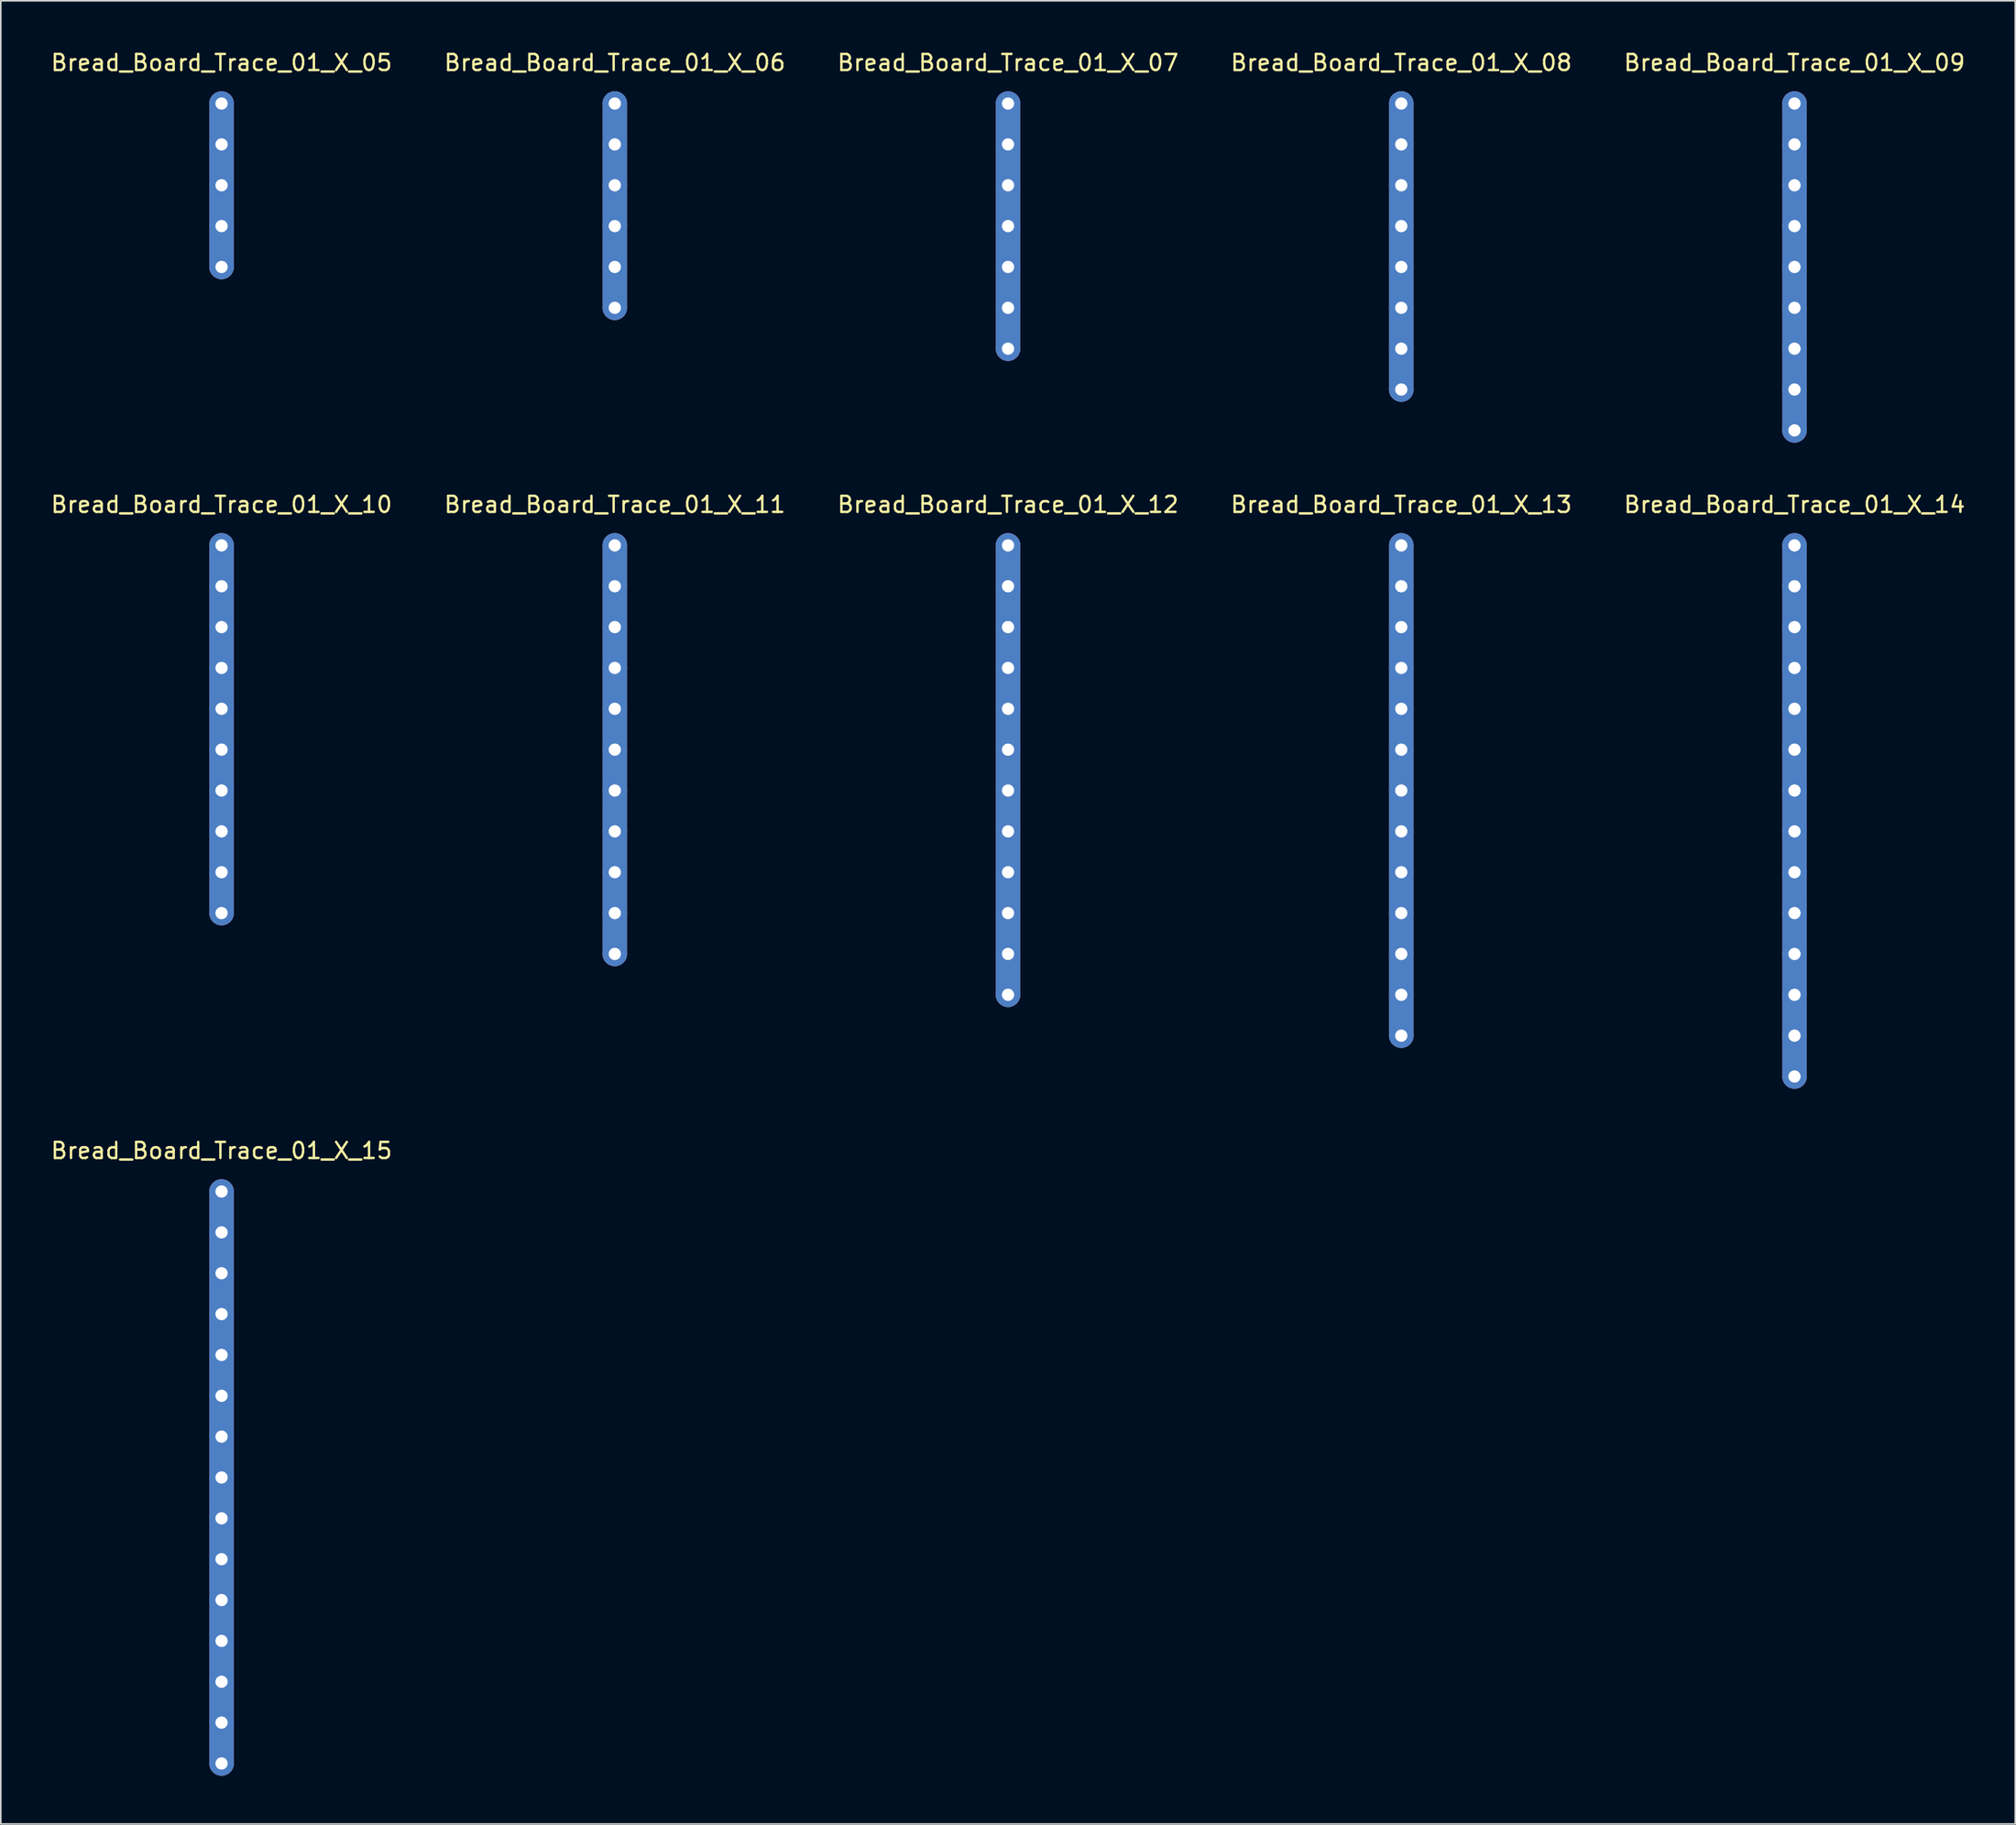
<source format=kicad_pcb>
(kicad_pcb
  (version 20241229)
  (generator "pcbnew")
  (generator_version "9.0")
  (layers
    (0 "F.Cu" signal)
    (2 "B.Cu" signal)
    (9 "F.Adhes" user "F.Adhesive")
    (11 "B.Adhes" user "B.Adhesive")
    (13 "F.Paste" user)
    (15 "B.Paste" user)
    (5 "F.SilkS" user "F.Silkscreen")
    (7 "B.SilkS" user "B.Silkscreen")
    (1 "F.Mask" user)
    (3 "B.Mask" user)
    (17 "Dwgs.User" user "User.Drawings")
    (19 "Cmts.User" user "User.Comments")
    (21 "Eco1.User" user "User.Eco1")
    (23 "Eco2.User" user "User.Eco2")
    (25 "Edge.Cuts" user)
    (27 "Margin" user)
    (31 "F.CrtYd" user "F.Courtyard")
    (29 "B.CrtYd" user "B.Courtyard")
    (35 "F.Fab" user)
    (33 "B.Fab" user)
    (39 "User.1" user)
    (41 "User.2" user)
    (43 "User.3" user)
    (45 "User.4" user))
  (footprint "Bread_Board_Trace_01_X_11"
    (layer "F.Cu")
    (at 35.161 56.258)
    (property "Reference" "Bread_Board_Trace_01_X_11" (at 0 -27.94 0) (layer "F.SilkS") (effects (font (size 1 1) (thickness 0.15))))
    (attr through_hole)
    (fp_line (start 0 -25.4) (end 0 0) (stroke (width 1.524) (type solid)) (layer "F.Cu"))
    (fp_line (start 0 -25.4) (end 0 0) (stroke (width 1.524) (type solid)) (layer "B.Cu"))
    (pad "1" thru_hole circle (at 0 -25.4) (size 1.524 1.524) (drill 0.762) (layers "*.Cu" "*.Mask"))
    (pad "2" thru_hole circle (at 0 -22.86) (size 1.524 1.524) (drill 0.762) (layers "*.Cu" "*.Mask"))
    (pad "3" thru_hole circle (at 0 -20.32) (size 1.524 1.524) (drill 0.762) (layers "*.Cu" "*.Mask"))
    (pad "4" thru_hole circle (at 0 -17.78) (size 1.524 1.524) (drill 0.762) (layers "*.Cu" "*.Mask"))
    (pad "5" thru_hole circle (at 0 -15.24) (size 1.524 1.524) (drill 0.762) (layers "*.Cu" "*.Mask"))
    (pad "6" thru_hole circle (at 0 -12.7) (size 1.524 1.524) (drill 0.762) (layers "*.Cu" "*.Mask"))
    (pad "7" thru_hole circle (at 0 -10.16) (size 1.524 1.524) (drill 0.762) (layers "*.Cu" "*.Mask"))
    (pad "8" thru_hole circle (at 0 -7.62) (size 1.524 1.524) (drill 0.762) (layers "*.Cu" "*.Mask"))
    (pad "9" thru_hole circle (at 0 -5.08) (size 1.524 1.524) (drill 0.762) (layers "*.Cu" "*.Mask"))
    (pad "10" thru_hole circle (at 0 -2.54) (size 1.524 1.524) (drill 0.762) (layers "*.Cu" "*.Mask"))
    (pad "11" thru_hole circle (at 0 0) (size 1.524 1.524) (drill 0.762) (layers "*.Cu" "*.Mask")))
  (footprint "Bread_Board_Trace_01_X_07"
    (layer "F.Cu")
    (at 59.601 18.628)
    (property "Reference" "Bread_Board_Trace_01_X_07" (at 0 -17.78 0) (layer "F.SilkS") (effects (font (size 1 1) (thickness 0.15))))
    (attr through_hole)
    (fp_line (start 0 -15.24) (end 0 0) (stroke (width 1.524) (type solid)) (layer "F.Cu"))
    (fp_line (start 0 -15.24) (end 0 0) (stroke (width 1.524) (type solid)) (layer "B.Cu"))
    (pad "1" thru_hole circle (at 0 -15.24) (size 1.524 1.524) (drill 0.762) (layers "*.Cu" "*.Mask"))
    (pad "2" thru_hole circle (at 0 -12.7) (size 1.524 1.524) (drill 0.762) (layers "*.Cu" "*.Mask"))
    (pad "3" thru_hole circle (at 0 -10.16) (size 1.524 1.524) (drill 0.762) (layers "*.Cu" "*.Mask"))
    (pad "4" thru_hole circle (at 0 -7.62) (size 1.524 1.524) (drill 0.762) (layers "*.Cu" "*.Mask"))
    (pad "5" thru_hole circle (at 0 -5.08) (size 1.524 1.524) (drill 0.762) (layers "*.Cu" "*.Mask"))
    (pad "6" thru_hole circle (at 0 -2.54) (size 1.524 1.524) (drill 0.762) (layers "*.Cu" "*.Mask"))
    (pad "7" thru_hole circle (at 0 0) (size 1.524 1.524) (drill 0.762) (layers "*.Cu" "*.Mask")))
  (footprint "Bread_Board_Trace_01_X_15"
    (layer "F.Cu")
    (at 10.72 106.589)
    (property "Reference" "Bread_Board_Trace_01_X_15" (at 0 -38.1 0) (layer "F.SilkS") (effects (font (size 1 1) (thickness 0.15))))
    (attr through_hole)
    (fp_line (start 0 -35.56) (end 0 0) (stroke (width 1.524) (type solid)) (layer "F.Cu"))
    (fp_line (start 0 -35.56) (end 0 0) (stroke (width 1.524) (type solid)) (layer "B.Cu"))
    (pad "1" thru_hole circle (at 0 -35.56) (size 1.524 1.524) (drill 0.762) (layers "*.Cu" "*.Mask"))
    (pad "2" thru_hole circle (at 0 -33.02) (size 1.524 1.524) (drill 0.762) (layers "*.Cu" "*.Mask"))
    (pad "3" thru_hole circle (at 0 -30.48) (size 1.524 1.524) (drill 0.762) (layers "*.Cu" "*.Mask"))
    (pad "4" thru_hole circle (at 0 -27.94) (size 1.524 1.524) (drill 0.762) (layers "*.Cu" "*.Mask"))
    (pad "5" thru_hole circle (at 0 -25.4) (size 1.524 1.524) (drill 0.762) (layers "*.Cu" "*.Mask"))
    (pad "6" thru_hole circle (at 0 -22.86) (size 1.524 1.524) (drill 0.762) (layers "*.Cu" "*.Mask"))
    (pad "7" thru_hole circle (at 0 -20.32) (size 1.524 1.524) (drill 0.762) (layers "*.Cu" "*.Mask"))
    (pad "8" thru_hole circle (at 0 -17.78) (size 1.524 1.524) (drill 0.762) (layers "*.Cu" "*.Mask"))
    (pad "9" thru_hole circle (at 0 -15.24) (size 1.524 1.524) (drill 0.762) (layers "*.Cu" "*.Mask"))
    (pad "10" thru_hole circle (at 0 -12.7) (size 1.524 1.524) (drill 0.762) (layers "*.Cu" "*.Mask"))
    (pad "11" thru_hole circle (at 0 -10.16) (size 1.524 1.524) (drill 0.762) (layers "*.Cu" "*.Mask"))
    (pad "12" thru_hole circle (at 0 -7.62) (size 1.524 1.524) (drill 0.762) (layers "*.Cu" "*.Mask"))
    (pad "13" thru_hole circle (at 0 -5.08) (size 1.524 1.524) (drill 0.762) (layers "*.Cu" "*.Mask"))
    (pad "14" thru_hole circle (at 0 -2.54) (size 1.524 1.524) (drill 0.762) (layers "*.Cu" "*.Mask"))
    (pad "15" thru_hole circle (at 0 0) (size 1.524 1.524) (drill 0.762) (layers "*.Cu" "*.Mask")))
  (footprint "Bread_Board_Trace_01_X_13"
    (layer "F.Cu")
    (at 84.042 61.339)
    (property "Reference" "Bread_Board_Trace_01_X_13" (at 0 -33.02 0) (layer "F.SilkS") (effects (font (size 1 1) (thickness 0.15))))
    (attr through_hole)
    (fp_line (start 0 -30.48) (end 0 0) (stroke (width 1.524) (type solid)) (layer "F.Cu"))
    (fp_line (start 0 -30.48) (end 0 0) (stroke (width 1.524) (type solid)) (layer "B.Cu"))
    (pad "1" thru_hole circle (at 0 -30.48) (size 1.524 1.524) (drill 0.762) (layers "*.Cu" "*.Mask"))
    (pad "2" thru_hole circle (at 0 -27.94) (size 1.524 1.524) (drill 0.762) (layers "*.Cu" "*.Mask"))
    (pad "3" thru_hole circle (at 0 -25.4) (size 1.524 1.524) (drill 0.762) (layers "*.Cu" "*.Mask"))
    (pad "4" thru_hole circle (at 0 -22.86) (size 1.524 1.524) (drill 0.762) (layers "*.Cu" "*.Mask"))
    (pad "5" thru_hole circle (at 0 -20.32) (size 1.524 1.524) (drill 0.762) (layers "*.Cu" "*.Mask"))
    (pad "6" thru_hole circle (at 0 -17.78) (size 1.524 1.524) (drill 0.762) (layers "*.Cu" "*.Mask"))
    (pad "7" thru_hole circle (at 0 -15.24) (size 1.524 1.524) (drill 0.762) (layers "*.Cu" "*.Mask"))
    (pad "8" thru_hole circle (at 0 -12.7) (size 1.524 1.524) (drill 0.762) (layers "*.Cu" "*.Mask"))
    (pad "9" thru_hole circle (at 0 -10.16) (size 1.524 1.524) (drill 0.762) (layers "*.Cu" "*.Mask"))
    (pad "10" thru_hole circle (at 0 -7.62) (size 1.524 1.524) (drill 0.762) (layers "*.Cu" "*.Mask"))
    (pad "11" thru_hole circle (at 0 -5.08) (size 1.524 1.524) (drill 0.762) (layers "*.Cu" "*.Mask"))
    (pad "12" thru_hole circle (at 0 -2.54) (size 1.524 1.524) (drill 0.762) (layers "*.Cu" "*.Mask"))
    (pad "13" thru_hole circle (at 0 0) (size 1.524 1.524) (drill 0.762) (layers "*.Cu" "*.Mask")))
  (footprint "Bread_Board_Trace_01_X_06"
    (layer "F.Cu")
    (at 35.161 16.088)
    (property "Reference" "Bread_Board_Trace_01_X_06" (at 0 -15.24 0) (layer "F.SilkS") (effects (font (size 1 1) (thickness 0.15))))
    (attr through_hole)
    (fp_line (start 0 -12.7) (end 0 0) (stroke (width 1.524) (type solid)) (layer "F.Cu"))
    (fp_line (start 0 -12.7) (end 0 0) (stroke (width 1.524) (type solid)) (layer "B.Cu"))
    (pad "1" thru_hole circle (at 0 -12.7) (size 1.524 1.524) (drill 0.762) (layers "*.Cu" "*.Mask"))
    (pad "2" thru_hole circle (at 0 -10.16) (size 1.524 1.524) (drill 0.762) (layers "*.Cu" "*.Mask"))
    (pad "3" thru_hole circle (at 0 -7.62) (size 1.524 1.524) (drill 0.762) (layers "*.Cu" "*.Mask"))
    (pad "4" thru_hole circle (at 0 -5.08) (size 1.524 1.524) (drill 0.762) (layers "*.Cu" "*.Mask"))
    (pad "5" thru_hole circle (at 0 -2.54) (size 1.524 1.524) (drill 0.762) (layers "*.Cu" "*.Mask"))
    (pad "6" thru_hole circle (at 0 0) (size 1.524 1.524) (drill 0.762) (layers "*.Cu" "*.Mask")))
  (footprint "Bread_Board_Trace_01_X_05"
    (layer "F.Cu")
    (at 10.72 13.548)
    (property "Reference" "Bread_Board_Trace_01_X_05" (at 0 -12.7 0) (layer "F.SilkS") (effects (font (size 1 1) (thickness 0.15))))
    (attr through_hole)
    (fp_line (start 0 -10.16) (end 0 0) (stroke (width 1.524) (type solid)) (layer "F.Cu"))
    (fp_line (start 0 -10.16) (end 0 0) (stroke (width 1.524) (type solid)) (layer "B.Cu"))
    (pad "1" thru_hole circle (at 0 -10.16) (size 1.524 1.524) (drill 0.762) (layers "*.Cu" "*.Mask"))
    (pad "2" thru_hole circle (at 0 -7.62) (size 1.524 1.524) (drill 0.762) (layers "*.Cu" "*.Mask"))
    (pad "3" thru_hole circle (at 0 -5.08) (size 1.524 1.524) (drill 0.762) (layers "*.Cu" "*.Mask"))
    (pad "4" thru_hole circle (at 0 -2.54) (size 1.524 1.524) (drill 0.762) (layers "*.Cu" "*.Mask"))
    (pad "5" thru_hole circle (at 0 0) (size 1.524 1.524) (drill 0.762) (layers "*.Cu" "*.Mask")))
  (footprint "Bread_Board_Trace_01_X_14"
    (layer "F.Cu")
    (at 108.482 63.879)
    (property "Reference" "Bread_Board_Trace_01_X_14" (at 0 -35.56 0) (layer "F.SilkS") (effects (font (size 1 1) (thickness 0.15))))
    (attr through_hole)
    (fp_line (start 0 -33.02) (end 0 0) (stroke (width 1.524) (type solid)) (layer "F.Cu"))
    (fp_line (start 0 -33.02) (end 0 0) (stroke (width 1.524) (type solid)) (layer "B.Cu"))
    (pad "1" thru_hole circle (at 0 -33.02) (size 1.524 1.524) (drill 0.762) (layers "*.Cu" "*.Mask"))
    (pad "2" thru_hole circle (at 0 -30.48) (size 1.524 1.524) (drill 0.762) (layers "*.Cu" "*.Mask"))
    (pad "3" thru_hole circle (at 0 -27.94) (size 1.524 1.524) (drill 0.762) (layers "*.Cu" "*.Mask"))
    (pad "4" thru_hole circle (at 0 -25.4) (size 1.524 1.524) (drill 0.762) (layers "*.Cu" "*.Mask"))
    (pad "5" thru_hole circle (at 0 -22.86) (size 1.524 1.524) (drill 0.762) (layers "*.Cu" "*.Mask"))
    (pad "6" thru_hole circle (at 0 -20.32) (size 1.524 1.524) (drill 0.762) (layers "*.Cu" "*.Mask"))
    (pad "7" thru_hole circle (at 0 -17.78) (size 1.524 1.524) (drill 0.762) (layers "*.Cu" "*.Mask"))
    (pad "8" thru_hole circle (at 0 -15.24) (size 1.524 1.524) (drill 0.762) (layers "*.Cu" "*.Mask"))
    (pad "9" thru_hole circle (at 0 -12.7) (size 1.524 1.524) (drill 0.762) (layers "*.Cu" "*.Mask"))
    (pad "10" thru_hole circle (at 0 -10.16) (size 1.524 1.524) (drill 0.762) (layers "*.Cu" "*.Mask"))
    (pad "11" thru_hole circle (at 0 -7.62) (size 1.524 1.524) (drill 0.762) (layers "*.Cu" "*.Mask"))
    (pad "12" thru_hole circle (at 0 -5.08) (size 1.524 1.524) (drill 0.762) (layers "*.Cu" "*.Mask"))
    (pad "13" thru_hole circle (at 0 -2.54) (size 1.524 1.524) (drill 0.762) (layers "*.Cu" "*.Mask"))
    (pad "14" thru_hole circle (at 0 0) (size 1.524 1.524) (drill 0.762) (layers "*.Cu" "*.Mask")))
  (footprint "Bread_Board_Trace_01_X_08"
    (layer "F.Cu")
    (at 84.042 21.168)
    (property "Reference" "Bread_Board_Trace_01_X_08" (at 0 -20.32 0) (layer "F.SilkS") (effects (font (size 1 1) (thickness 0.15))))
    (attr through_hole)
    (fp_line (start 0 -17.78) (end 0 0) (stroke (width 1.524) (type solid)) (layer "F.Cu"))
    (fp_line (start 0 -17.78) (end 0 0) (stroke (width 1.524) (type solid)) (layer "B.Cu"))
    (pad "1" thru_hole circle (at 0 -17.78) (size 1.524 1.524) (drill 0.762) (layers "*.Cu" "*.Mask"))
    (pad "2" thru_hole circle (at 0 -15.24) (size 1.524 1.524) (drill 0.762) (layers "*.Cu" "*.Mask"))
    (pad "3" thru_hole circle (at 0 -12.7) (size 1.524 1.524) (drill 0.762) (layers "*.Cu" "*.Mask"))
    (pad "4" thru_hole circle (at 0 -10.16) (size 1.524 1.524) (drill 0.762) (layers "*.Cu" "*.Mask"))
    (pad "5" thru_hole circle (at 0 -7.62) (size 1.524 1.524) (drill 0.762) (layers "*.Cu" "*.Mask"))
    (pad "6" thru_hole circle (at 0 -5.08) (size 1.524 1.524) (drill 0.762) (layers "*.Cu" "*.Mask"))
    (pad "7" thru_hole circle (at 0 -2.54) (size 1.524 1.524) (drill 0.762) (layers "*.Cu" "*.Mask"))
    (pad "8" thru_hole circle (at 0 0) (size 1.524 1.524) (drill 0.762) (layers "*.Cu" "*.Mask")))
  (footprint "Bread_Board_Trace_01_X_10"
    (layer "F.Cu")
    (at 10.72 53.718)
    (property "Reference" "Bread_Board_Trace_01_X_10" (at 0 -25.4 0) (layer "F.SilkS") (effects (font (size 1 1) (thickness 0.15))))
    (attr through_hole)
    (fp_line (start 0 -22.86) (end 0 0) (stroke (width 1.524) (type solid)) (layer "F.Cu"))
    (fp_line (start 0 -22.86) (end 0 0) (stroke (width 1.524) (type solid)) (layer "B.Cu"))
    (pad "1" thru_hole circle (at 0 -22.86) (size 1.524 1.524) (drill 0.762) (layers "*.Cu" "*.Mask"))
    (pad "2" thru_hole circle (at 0 -20.32) (size 1.524 1.524) (drill 0.762) (layers "*.Cu" "*.Mask"))
    (pad "3" thru_hole circle (at 0 -17.78) (size 1.524 1.524) (drill 0.762) (layers "*.Cu" "*.Mask"))
    (pad "4" thru_hole circle (at 0 -15.24) (size 1.524 1.524) (drill 0.762) (layers "*.Cu" "*.Mask"))
    (pad "5" thru_hole circle (at 0 -12.7) (size 1.524 1.524) (drill 0.762) (layers "*.Cu" "*.Mask"))
    (pad "6" thru_hole circle (at 0 -10.16) (size 1.524 1.524) (drill 0.762) (layers "*.Cu" "*.Mask"))
    (pad "7" thru_hole circle (at 0 -7.62) (size 1.524 1.524) (drill 0.762) (layers "*.Cu" "*.Mask"))
    (pad "8" thru_hole circle (at 0 -5.08) (size 1.524 1.524) (drill 0.762) (layers "*.Cu" "*.Mask"))
    (pad "9" thru_hole circle (at 0 -2.54) (size 1.524 1.524) (drill 0.762) (layers "*.Cu" "*.Mask"))
    (pad "10" thru_hole circle (at 0 0) (size 1.524 1.524) (drill 0.762) (layers "*.Cu" "*.Mask")))
  (footprint "Bread_Board_Trace_01_X_09"
    (layer "F.Cu")
    (at 108.482 23.708)
    (property "Reference" "Bread_Board_Trace_01_X_09" (at 0 -22.86 0) (layer "F.SilkS") (effects (font (size 1 1) (thickness 0.15))))
    (attr through_hole)
    (fp_line (start 0 -20.32) (end 0 0) (stroke (width 1.524) (type solid)) (layer "F.Cu"))
    (fp_line (start 0 -20.32) (end 0 0) (stroke (width 1.524) (type solid)) (layer "B.Cu"))
    (pad "1" thru_hole circle (at 0 -20.32) (size 1.524 1.524) (drill 0.762) (layers "*.Cu" "*.Mask"))
    (pad "2" thru_hole circle (at 0 -17.78) (size 1.524 1.524) (drill 0.762) (layers "*.Cu" "*.Mask"))
    (pad "3" thru_hole circle (at 0 -15.24) (size 1.524 1.524) (drill 0.762) (layers "*.Cu" "*.Mask"))
    (pad "4" thru_hole circle (at 0 -12.7) (size 1.524 1.524) (drill 0.762) (layers "*.Cu" "*.Mask"))
    (pad "5" thru_hole circle (at 0 -10.16) (size 1.524 1.524) (drill 0.762) (layers "*.Cu" "*.Mask"))
    (pad "6" thru_hole circle (at 0 -7.62) (size 1.524 1.524) (drill 0.762) (layers "*.Cu" "*.Mask"))
    (pad "7" thru_hole circle (at 0 -5.08) (size 1.524 1.524) (drill 0.762) (layers "*.Cu" "*.Mask"))
    (pad "8" thru_hole circle (at 0 -2.54) (size 1.524 1.524) (drill 0.762) (layers "*.Cu" "*.Mask"))
    (pad "9" thru_hole circle (at 0 0) (size 1.524 1.524) (drill 0.762) (layers "*.Cu" "*.Mask")))
  (footprint "Bread_Board_Trace_01_X_12"
    (layer "F.Cu")
    (at 59.601 58.798)
    (property "Reference" "Bread_Board_Trace_01_X_12" (at 0 -30.48 0) (layer "F.SilkS") (effects (font (size 1 1) (thickness 0.15))))
    (attr through_hole)
    (fp_line (start 0 -27.94) (end 0 0) (stroke (width 1.524) (type solid)) (layer "F.Cu"))
    (fp_line (start 0 -27.94) (end 0 0) (stroke (width 1.524) (type solid)) (layer "B.Cu"))
    (pad "1" thru_hole circle (at 0 -27.94) (size 1.524 1.524) (drill 0.762) (layers "*.Cu" "*.Mask"))
    (pad "2" thru_hole circle (at 0 -25.4) (size 1.524 1.524) (drill 0.762) (layers "*.Cu" "*.Mask"))
    (pad "3" thru_hole circle (at 0 -22.86) (size 1.524 1.524) (drill 0.762) (layers "*.Cu" "*.Mask"))
    (pad "4" thru_hole circle (at 0 -20.32) (size 1.524 1.524) (drill 0.762) (layers "*.Cu" "*.Mask"))
    (pad "5" thru_hole circle (at 0 -17.78) (size 1.524 1.524) (drill 0.762) (layers "*.Cu" "*.Mask"))
    (pad "6" thru_hole circle (at 0 -15.24) (size 1.524 1.524) (drill 0.762) (layers "*.Cu" "*.Mask"))
    (pad "7" thru_hole circle (at 0 -12.7) (size 1.524 1.524) (drill 0.762) (layers "*.Cu" "*.Mask"))
    (pad "8" thru_hole circle (at 0 -10.16) (size 1.524 1.524) (drill 0.762) (layers "*.Cu" "*.Mask"))
    (pad "9" thru_hole circle (at 0 -7.62) (size 1.524 1.524) (drill 0.762) (layers "*.Cu" "*.Mask"))
    (pad "10" thru_hole circle (at 0 -5.08) (size 1.524 1.524) (drill 0.762) (layers "*.Cu" "*.Mask"))
    (pad "11" thru_hole circle (at 0 -2.54) (size 1.524 1.524) (drill 0.762) (layers "*.Cu" "*.Mask"))
    (pad "12" thru_hole circle (at 0 0) (size 1.524 1.524) (drill 0.762) (layers "*.Cu" "*.Mask")))
  (gr_rect
    (start -3 -3)
    (end 122.202 110.351)
    (stroke (width 0.1) (type default))
    (fill no)
    (layer "Edge.Cuts")))
</source>
